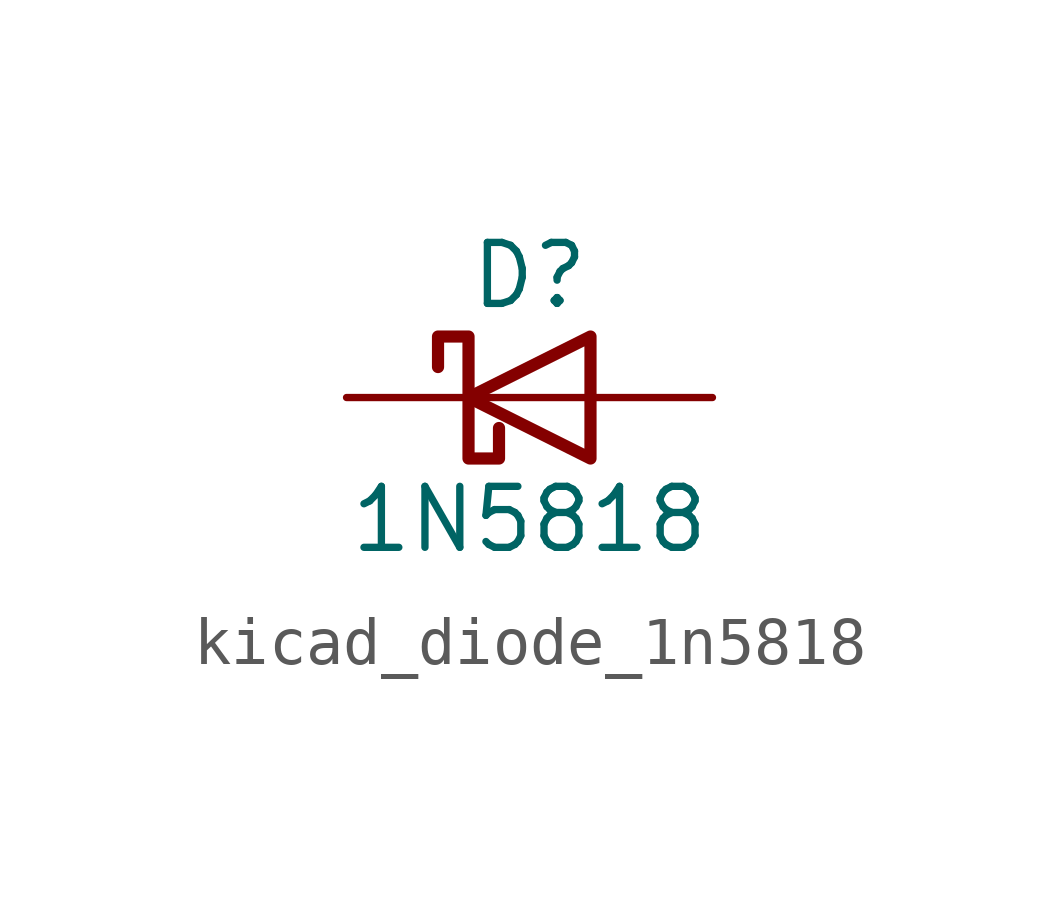
<source format=kicad_sym>
(kicad_symbol_lib
  (version 20220914)
  (generator kicad_symbol_editor)
  (symbol "kicad_diode_1n5818"
    (pin_numbers hide)
    (pin_names
      (offset 1.016) hide)
    (property "Reference" "D"
      (at 0 2.54 0)
      (effects (font (size 1.27 1.27))))
    (property "Value" "1N5818"
      (at 0 -2.54 0)
      (effects (font (size 1.27 1.27))))
    (symbol "kicad_diode_1n5818_0_1"
      (polyline (pts (xy 1.27 0) (xy -1.27 0)) (stroke (width 0) (type default)) (fill (type none)))
      (polyline (pts (xy 1.27 1.27) (xy 1.27 -1.27) (xy -1.27 0) (xy 1.27 1.27)) (stroke (width 0.254) (type default)) (fill (type none)))
      (polyline (pts (xy -1.905 0.635) (xy -1.905 1.27) (xy -1.27 1.27) (xy -1.27 -1.27) (xy -0.635 -1.27) (xy -0.635 -0.635)) (stroke (width 0.254) (type default)) (fill (type none))))
    (symbol "kicad_diode_1n5818_1_1"
      (pin passive line (at -3.81 0 0) (length 2.54) (name "K" (effects (font (size 1.27 1.27)))) (number "1" (effects (font (size 1.27 1.27)))))
      (pin passive line (at 3.81 0 180) (length 2.54) (name "A" (effects (font (size 1.27 1.27)))) (number "2" (effects (font (size 1.27 1.27))))))))
</source>
